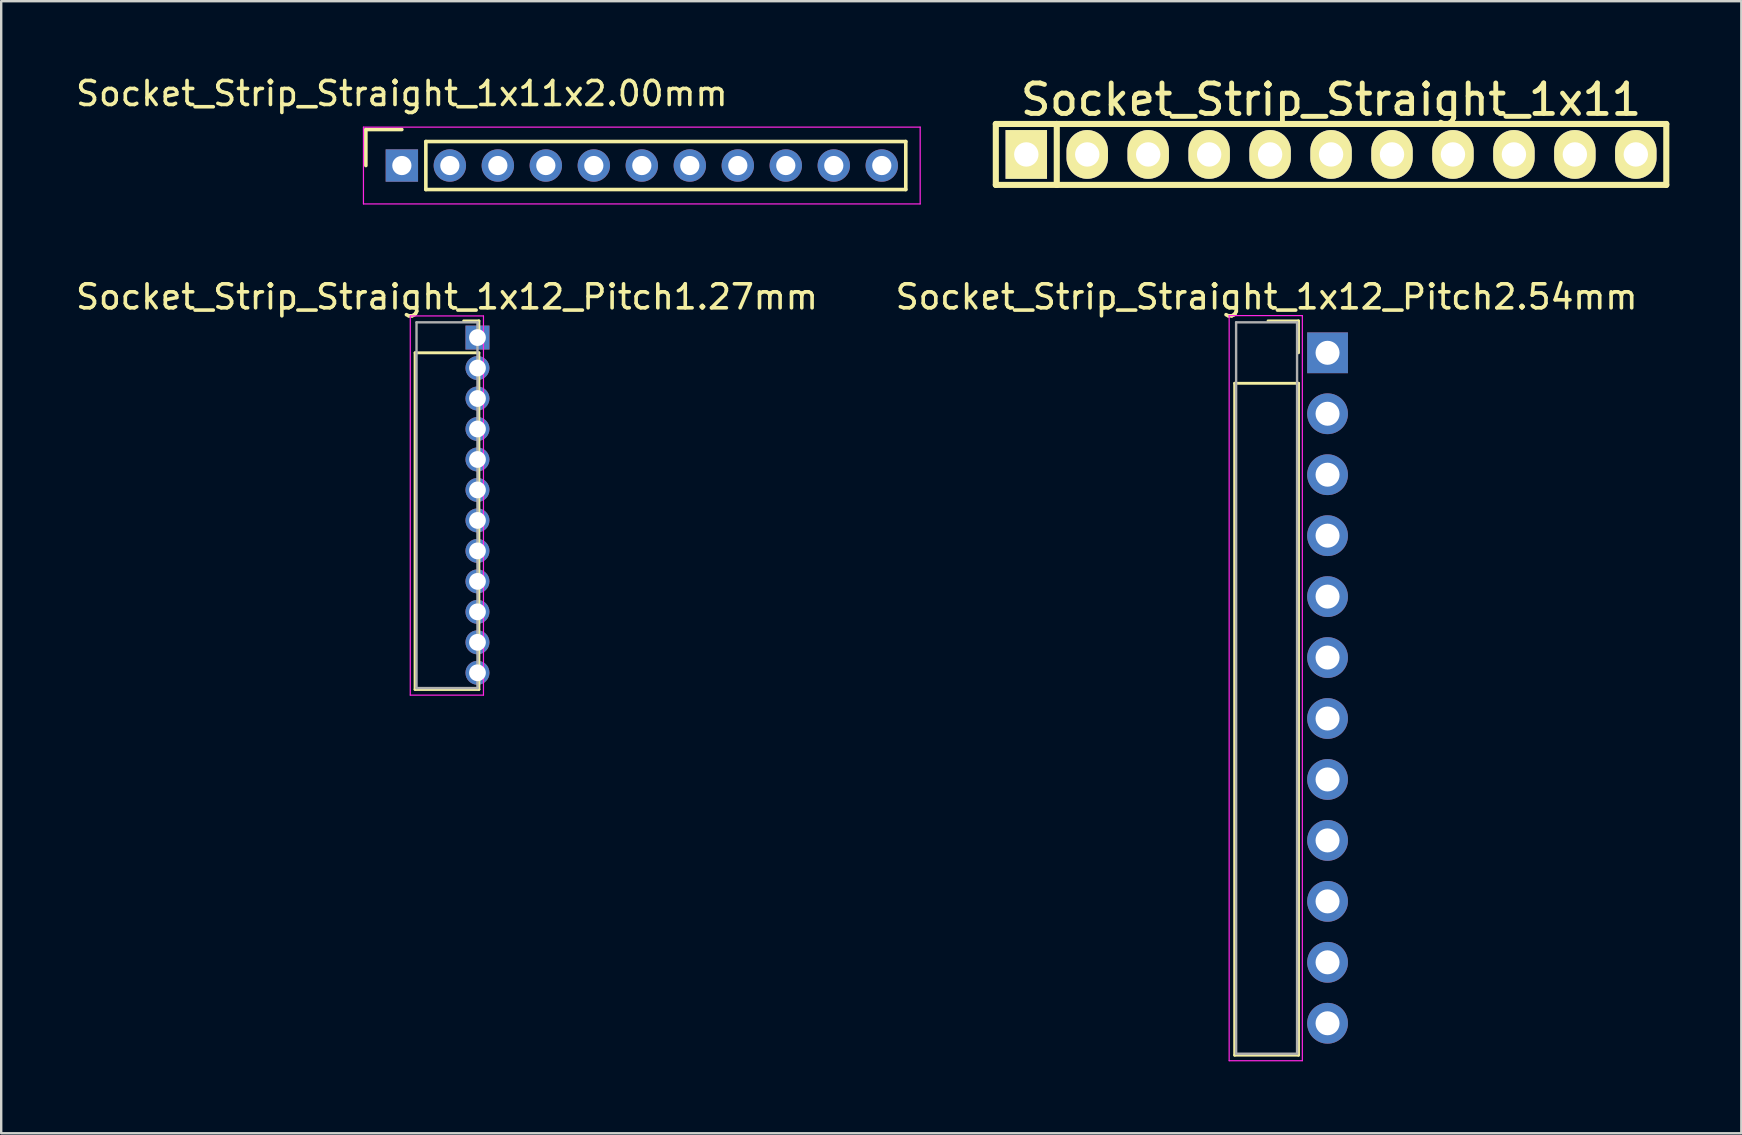
<source format=kicad_pcb>
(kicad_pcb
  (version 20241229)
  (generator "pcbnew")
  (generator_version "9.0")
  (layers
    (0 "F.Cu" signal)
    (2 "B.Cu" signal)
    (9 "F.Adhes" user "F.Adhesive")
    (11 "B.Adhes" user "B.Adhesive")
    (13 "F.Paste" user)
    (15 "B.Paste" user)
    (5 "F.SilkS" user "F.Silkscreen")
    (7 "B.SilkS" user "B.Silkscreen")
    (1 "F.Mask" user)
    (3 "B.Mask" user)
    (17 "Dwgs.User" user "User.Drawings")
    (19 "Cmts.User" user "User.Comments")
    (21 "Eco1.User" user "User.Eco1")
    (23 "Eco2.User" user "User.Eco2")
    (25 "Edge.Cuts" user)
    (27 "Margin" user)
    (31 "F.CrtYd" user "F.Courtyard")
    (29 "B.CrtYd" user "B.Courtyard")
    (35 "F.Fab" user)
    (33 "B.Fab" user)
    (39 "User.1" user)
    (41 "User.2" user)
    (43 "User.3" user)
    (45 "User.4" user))
  (footprint "Socket_Strip_Straight_1x11x2.00mm"
    (layer "F.Cu")
    (at 13.696 3.848)
    (property "Reference" "Socket_Strip_Straight_1x11x2.00mm" (at 0 -3 0) (layer "F.SilkS") (effects (font (size 1 1) (thickness 0.15))))
    (attr through_hole)
    (fp_line (start -1.5 -1.5) (end -1.5 0) (stroke (width 0.15) (type solid)) (layer "F.SilkS"))
    (fp_line (start 0 -1.5) (end -1.5 -1.5) (stroke (width 0.15) (type solid)) (layer "F.SilkS"))
    (fp_line (start 1 -1) (end 1 1) (stroke (width 0.15) (type solid)) (layer "F.SilkS"))
    (fp_line (start 1 1) (end 21 1) (stroke (width 0.15) (type solid)) (layer "F.SilkS"))
    (fp_line (start 21 -1) (end 1 -1) (stroke (width 0.15) (type solid)) (layer "F.SilkS"))
    (fp_line (start 21 1) (end 21 -1) (stroke (width 0.15) (type solid)) (layer "F.SilkS"))
    (fp_line (start -1.6 -1.6) (end -1.6 1.6) (stroke (width 0.05) (type solid)) (layer "F.CrtYd"))
    (fp_line (start -1.6 1.6) (end 21.6 1.6) (stroke (width 0.05) (type solid)) (layer "F.CrtYd"))
    (fp_line (start 21.6 -1.6) (end -1.6 -1.6) (stroke (width 0.05) (type solid)) (layer "F.CrtYd"))
    (fp_line (start 21.6 1.6) (end 21.6 -1.6) (stroke (width 0.05) (type solid)) (layer "F.CrtYd"))
    (pad "1" thru_hole rect (at 0 0) (size 1.35 1.35) (drill 0.8) (layers "*.Cu" "*.Mask"))
    (pad "2" thru_hole circle (at 2 0) (size 1.35 1.35) (drill 0.8) (layers "*.Cu" "*.Mask"))
    (pad "3" thru_hole circle (at 4 0) (size 1.35 1.35) (drill 0.8) (layers "*.Cu" "*.Mask"))
    (pad "4" thru_hole circle (at 6 0) (size 1.35 1.35) (drill 0.8) (layers "*.Cu" "*.Mask"))
    (pad "5" thru_hole circle (at 8 0) (size 1.35 1.35) (drill 0.8) (layers "*.Cu" "*.Mask"))
    (pad "6" thru_hole circle (at 10 0) (size 1.35 1.35) (drill 0.8) (layers "*.Cu" "*.Mask"))
    (pad "7" thru_hole circle (at 12 0) (size 1.35 1.35) (drill 0.8) (layers "*.Cu" "*.Mask"))
    (pad "8" thru_hole circle (at 14 0) (size 1.35 1.35) (drill 0.8) (layers "*.Cu" "*.Mask"))
    (pad "9" thru_hole circle (at 16 0) (size 1.35 1.35) (drill 0.8) (layers "*.Cu" "*.Mask"))
    (pad "10" thru_hole circle (at 18 0) (size 1.35 1.35) (drill 0.8) (layers "*.Cu" "*.Mask"))
    (pad "11" thru_hole circle (at 20 0) (size 1.35 1.35) (drill 0.8) (layers "*.Cu" "*.Mask")))
  (footprint "Socket_Strip_Straight_1x12_Pitch1.27mm"
    (layer "F.Cu")
    (at 16.847 11.017)
    (property "Reference" "Socket_Strip_Straight_1x12_Pitch1.27mm" (at -1.27 -1.695 0) (layer "F.SilkS") (effects (font (size 1 1) (thickness 0.15))))
    (attr through_hole)
    (fp_line (start -2.6 0.635) (end -2.6 14.665) (stroke (width 0.12) (type solid)) (layer "F.SilkS"))
    (fp_line (start -2.6 14.665) (end 0.06 14.665) (stroke (width 0.12) (type solid)) (layer "F.SilkS"))
    (fp_line (start 0.06 -0.695) (end -0.575 -0.695) (stroke (width 0.12) (type solid)) (layer "F.SilkS"))
    (fp_line (start 0.06 0) (end 0.06 -0.695) (stroke (width 0.12) (type solid)) (layer "F.SilkS"))
    (fp_line (start 0.06 0.635) (end -2.6 0.635) (stroke (width 0.12) (type solid)) (layer "F.SilkS"))
    (fp_line (start 0.06 14.665) (end 0.06 0.635) (stroke (width 0.12) (type solid)) (layer "F.SilkS"))
    (fp_line (start -2.8 -0.9) (end -2.8 14.9) (stroke (width 0.05) (type solid)) (layer "F.CrtYd"))
    (fp_line (start -2.8 14.9) (end 0.25 14.9) (stroke (width 0.05) (type solid)) (layer "F.CrtYd"))
    (fp_line (start 0.25 -0.9) (end -2.8 -0.9) (stroke (width 0.05) (type solid)) (layer "F.CrtYd"))
    (fp_line (start 0.25 14.9) (end 0.25 -0.9) (stroke (width 0.05) (type solid)) (layer "F.CrtYd"))
    (fp_line (start -2.54 -0.635) (end -2.54 14.605) (stroke (width 0.1) (type solid)) (layer "F.Fab"))
    (fp_line (start -2.54 14.605) (end 0 14.605) (stroke (width 0.1) (type solid)) (layer "F.Fab"))
    (fp_line (start 0 -0.635) (end -2.54 -0.635) (stroke (width 0.1) (type solid)) (layer "F.Fab"))
    (fp_line (start 0 14.605) (end 0 -0.635) (stroke (width 0.1) (type solid)) (layer "F.Fab"))
    (pad "1" thru_hole rect (at 0 0) (size 1 1) (drill 0.7) (layers "*.Cu" "*.Mask"))
    (pad "2" thru_hole oval (at 0 1.27) (size 1 1) (drill 0.7) (layers "*.Cu" "*.Mask"))
    (pad "3" thru_hole oval (at 0 2.54) (size 1 1) (drill 0.7) (layers "*.Cu" "*.Mask"))
    (pad "4" thru_hole oval (at 0 3.81) (size 1 1) (drill 0.7) (layers "*.Cu" "*.Mask"))
    (pad "5" thru_hole oval (at 0 5.08) (size 1 1) (drill 0.7) (layers "*.Cu" "*.Mask"))
    (pad "6" thru_hole oval (at 0 6.35) (size 1 1) (drill 0.7) (layers "*.Cu" "*.Mask"))
    (pad "7" thru_hole oval (at 0 7.62) (size 1 1) (drill 0.7) (layers "*.Cu" "*.Mask"))
    (pad "8" thru_hole oval (at 0 8.89) (size 1 1) (drill 0.7) (layers "*.Cu" "*.Mask"))
    (pad "9" thru_hole oval (at 0 10.16) (size 1 1) (drill 0.7) (layers "*.Cu" "*.Mask"))
    (pad "10" thru_hole oval (at 0 11.43) (size 1 1) (drill 0.7) (layers "*.Cu" "*.Mask"))
    (pad "11" thru_hole oval (at 0 12.7) (size 1 1) (drill 0.7) (layers "*.Cu" "*.Mask"))
    (pad "12" thru_hole oval (at 0 13.97) (size 1 1) (drill 0.7) (layers "*.Cu" "*.Mask")))
  (footprint "Socket_Strip_Straight_1x12_Pitch2.54mm"
    (layer "F.Cu")
    (at 52.272 11.652)
    (property "Reference" "Socket_Strip_Straight_1x12_Pitch2.54mm" (at -2.54 -2.33 0) (layer "F.SilkS") (effects (font (size 1 1) (thickness 0.15))))
    (attr through_hole)
    (fp_line (start -3.87 1.27) (end -3.87 29.27) (stroke (width 0.12) (type solid)) (layer "F.SilkS"))
    (fp_line (start -3.87 29.27) (end -1.21 29.27) (stroke (width 0.12) (type solid)) (layer "F.SilkS"))
    (fp_line (start -1.21 -1.33) (end -2.48 -1.33) (stroke (width 0.12) (type solid)) (layer "F.SilkS"))
    (fp_line (start -1.21 0) (end -1.21 -1.33) (stroke (width 0.12) (type solid)) (layer "F.SilkS"))
    (fp_line (start -1.21 1.27) (end -3.87 1.27) (stroke (width 0.12) (type solid)) (layer "F.SilkS"))
    (fp_line (start -1.21 29.27) (end -1.21 1.27) (stroke (width 0.12) (type solid)) (layer "F.SilkS"))
    (fp_line (start -4.1 -1.55) (end -4.1 29.5) (stroke (width 0.05) (type solid)) (layer "F.CrtYd"))
    (fp_line (start -4.1 29.5) (end -1.05 29.5) (stroke (width 0.05) (type solid)) (layer "F.CrtYd"))
    (fp_line (start -1.05 -1.55) (end -4.1 -1.55) (stroke (width 0.05) (type solid)) (layer "F.CrtYd"))
    (fp_line (start -1.05 29.5) (end -1.05 -1.55) (stroke (width 0.05) (type solid)) (layer "F.CrtYd"))
    (fp_line (start -3.81 -1.27) (end -3.81 29.21) (stroke (width 0.1) (type solid)) (layer "F.Fab"))
    (fp_line (start -3.81 29.21) (end -1.27 29.21) (stroke (width 0.1) (type solid)) (layer "F.Fab"))
    (fp_line (start -1.27 -1.27) (end -3.81 -1.27) (stroke (width 0.1) (type solid)) (layer "F.Fab"))
    (fp_line (start -1.27 29.21) (end -1.27 -1.27) (stroke (width 0.1) (type solid)) (layer "F.Fab"))
    (pad "1" thru_hole rect (at 0 0) (size 1.7 1.7) (drill 1) (layers "*.Cu" "*.Mask"))
    (pad "2" thru_hole oval (at 0 2.54) (size 1.7 1.7) (drill 1) (layers "*.Cu" "*.Mask"))
    (pad "3" thru_hole oval (at 0 5.08) (size 1.7 1.7) (drill 1) (layers "*.Cu" "*.Mask"))
    (pad "4" thru_hole oval (at 0 7.62) (size 1.7 1.7) (drill 1) (layers "*.Cu" "*.Mask"))
    (pad "5" thru_hole oval (at 0 10.16) (size 1.7 1.7) (drill 1) (layers "*.Cu" "*.Mask"))
    (pad "6" thru_hole oval (at 0 12.7) (size 1.7 1.7) (drill 1) (layers "*.Cu" "*.Mask"))
    (pad "7" thru_hole oval (at 0 15.24) (size 1.7 1.7) (drill 1) (layers "*.Cu" "*.Mask"))
    (pad "8" thru_hole oval (at 0 17.78) (size 1.7 1.7) (drill 1) (layers "*.Cu" "*.Mask"))
    (pad "9" thru_hole oval (at 0 20.32) (size 1.7 1.7) (drill 1) (layers "*.Cu" "*.Mask"))
    (pad "10" thru_hole oval (at 0 22.86) (size 1.7 1.7) (drill 1) (layers "*.Cu" "*.Mask"))
    (pad "11" thru_hole oval (at 0 25.4) (size 1.7 1.7) (drill 1) (layers "*.Cu" "*.Mask"))
    (pad "12" thru_hole oval (at 0 27.94) (size 1.7 1.7) (drill 1) (layers "*.Cu" "*.Mask")))
  (footprint "Socket_Strip_Straight_1x11"
    (layer "F.Cu")
    (at 52.418 3.386)
    (property "Reference" "Socket_Strip_Straight_1x11" (at 0 -2.286 0) (layer "F.SilkS") (effects (font (size 1.27 1.27) (thickness 0.203))))
    (attr through_hole)
    (fp_line (start -13.97 -1.27) (end -13.97 1.27) (stroke (width 0.254) (type solid)) (layer "F.SilkS"))
    (fp_line (start -13.97 -1.27) (end -11.43 -1.27) (stroke (width 0.254) (type solid)) (layer "F.SilkS"))
    (fp_line (start -13.97 1.27) (end -11.43 1.27) (stroke (width 0.254) (type solid)) (layer "F.SilkS"))
    (fp_line (start -11.43 -1.27) (end -11.43 1.27) (stroke (width 0.254) (type solid)) (layer "F.SilkS"))
    (fp_line (start -11.43 -1.27) (end 13.97 -1.27) (stroke (width 0.254) (type solid)) (layer "F.SilkS"))
    (fp_line (start 13.97 -1.27) (end 13.97 1.27) (stroke (width 0.254) (type solid)) (layer "F.SilkS"))
    (fp_line (start 13.97 1.27) (end -11.43 1.27) (stroke (width 0.254) (type solid)) (layer "F.SilkS"))
    (pad "1" thru_hole rect (at -12.7 0) (size 1.727 2.032) (drill 1.016) (layers "*.Cu" "*.Mask" "F.SilkS"))
    (pad "2" thru_hole oval (at -10.16 0) (size 1.727 2.032) (drill 1.016) (layers "*.Cu" "*.Mask" "F.SilkS"))
    (pad "3" thru_hole oval (at -7.62 0) (size 1.727 2.032) (drill 1.016) (layers "*.Cu" "*.Mask" "F.SilkS"))
    (pad "4" thru_hole oval (at -5.08 0) (size 1.727 2.032) (drill 1.016) (layers "*.Cu" "*.Mask" "F.SilkS"))
    (pad "5" thru_hole oval (at -2.54 0) (size 1.727 2.032) (drill 1.016) (layers "*.Cu" "*.Mask" "F.SilkS"))
    (pad "6" thru_hole oval (at 0 0) (size 1.727 2.032) (drill 1.016) (layers "*.Cu" "*.Mask" "F.SilkS"))
    (pad "7" thru_hole oval (at 2.54 0) (size 1.727 2.032) (drill 1.016) (layers "*.Cu" "*.Mask" "F.SilkS"))
    (pad "8" thru_hole oval (at 5.08 0) (size 1.727 2.032) (drill 1.016) (layers "*.Cu" "*.Mask" "F.SilkS"))
    (pad "9" thru_hole oval (at 7.62 0) (size 1.727 2.032) (drill 1.016) (layers "*.Cu" "*.Mask" "F.SilkS"))
    (pad "10" thru_hole oval (at 10.16 0) (size 1.727 2.032) (drill 1.016) (layers "*.Cu" "*.Mask" "F.SilkS"))
    (pad "11" thru_hole oval (at 12.7 0) (size 1.727 2.032) (drill 1.016) (layers "*.Cu" "*.Mask" "F.SilkS")))
  (gr_rect
    (start -3 -3)
    (end 69.515 44.176)
    (stroke (width 0.1) (type default))
    (fill no)
    (layer "Edge.Cuts")))
</source>
